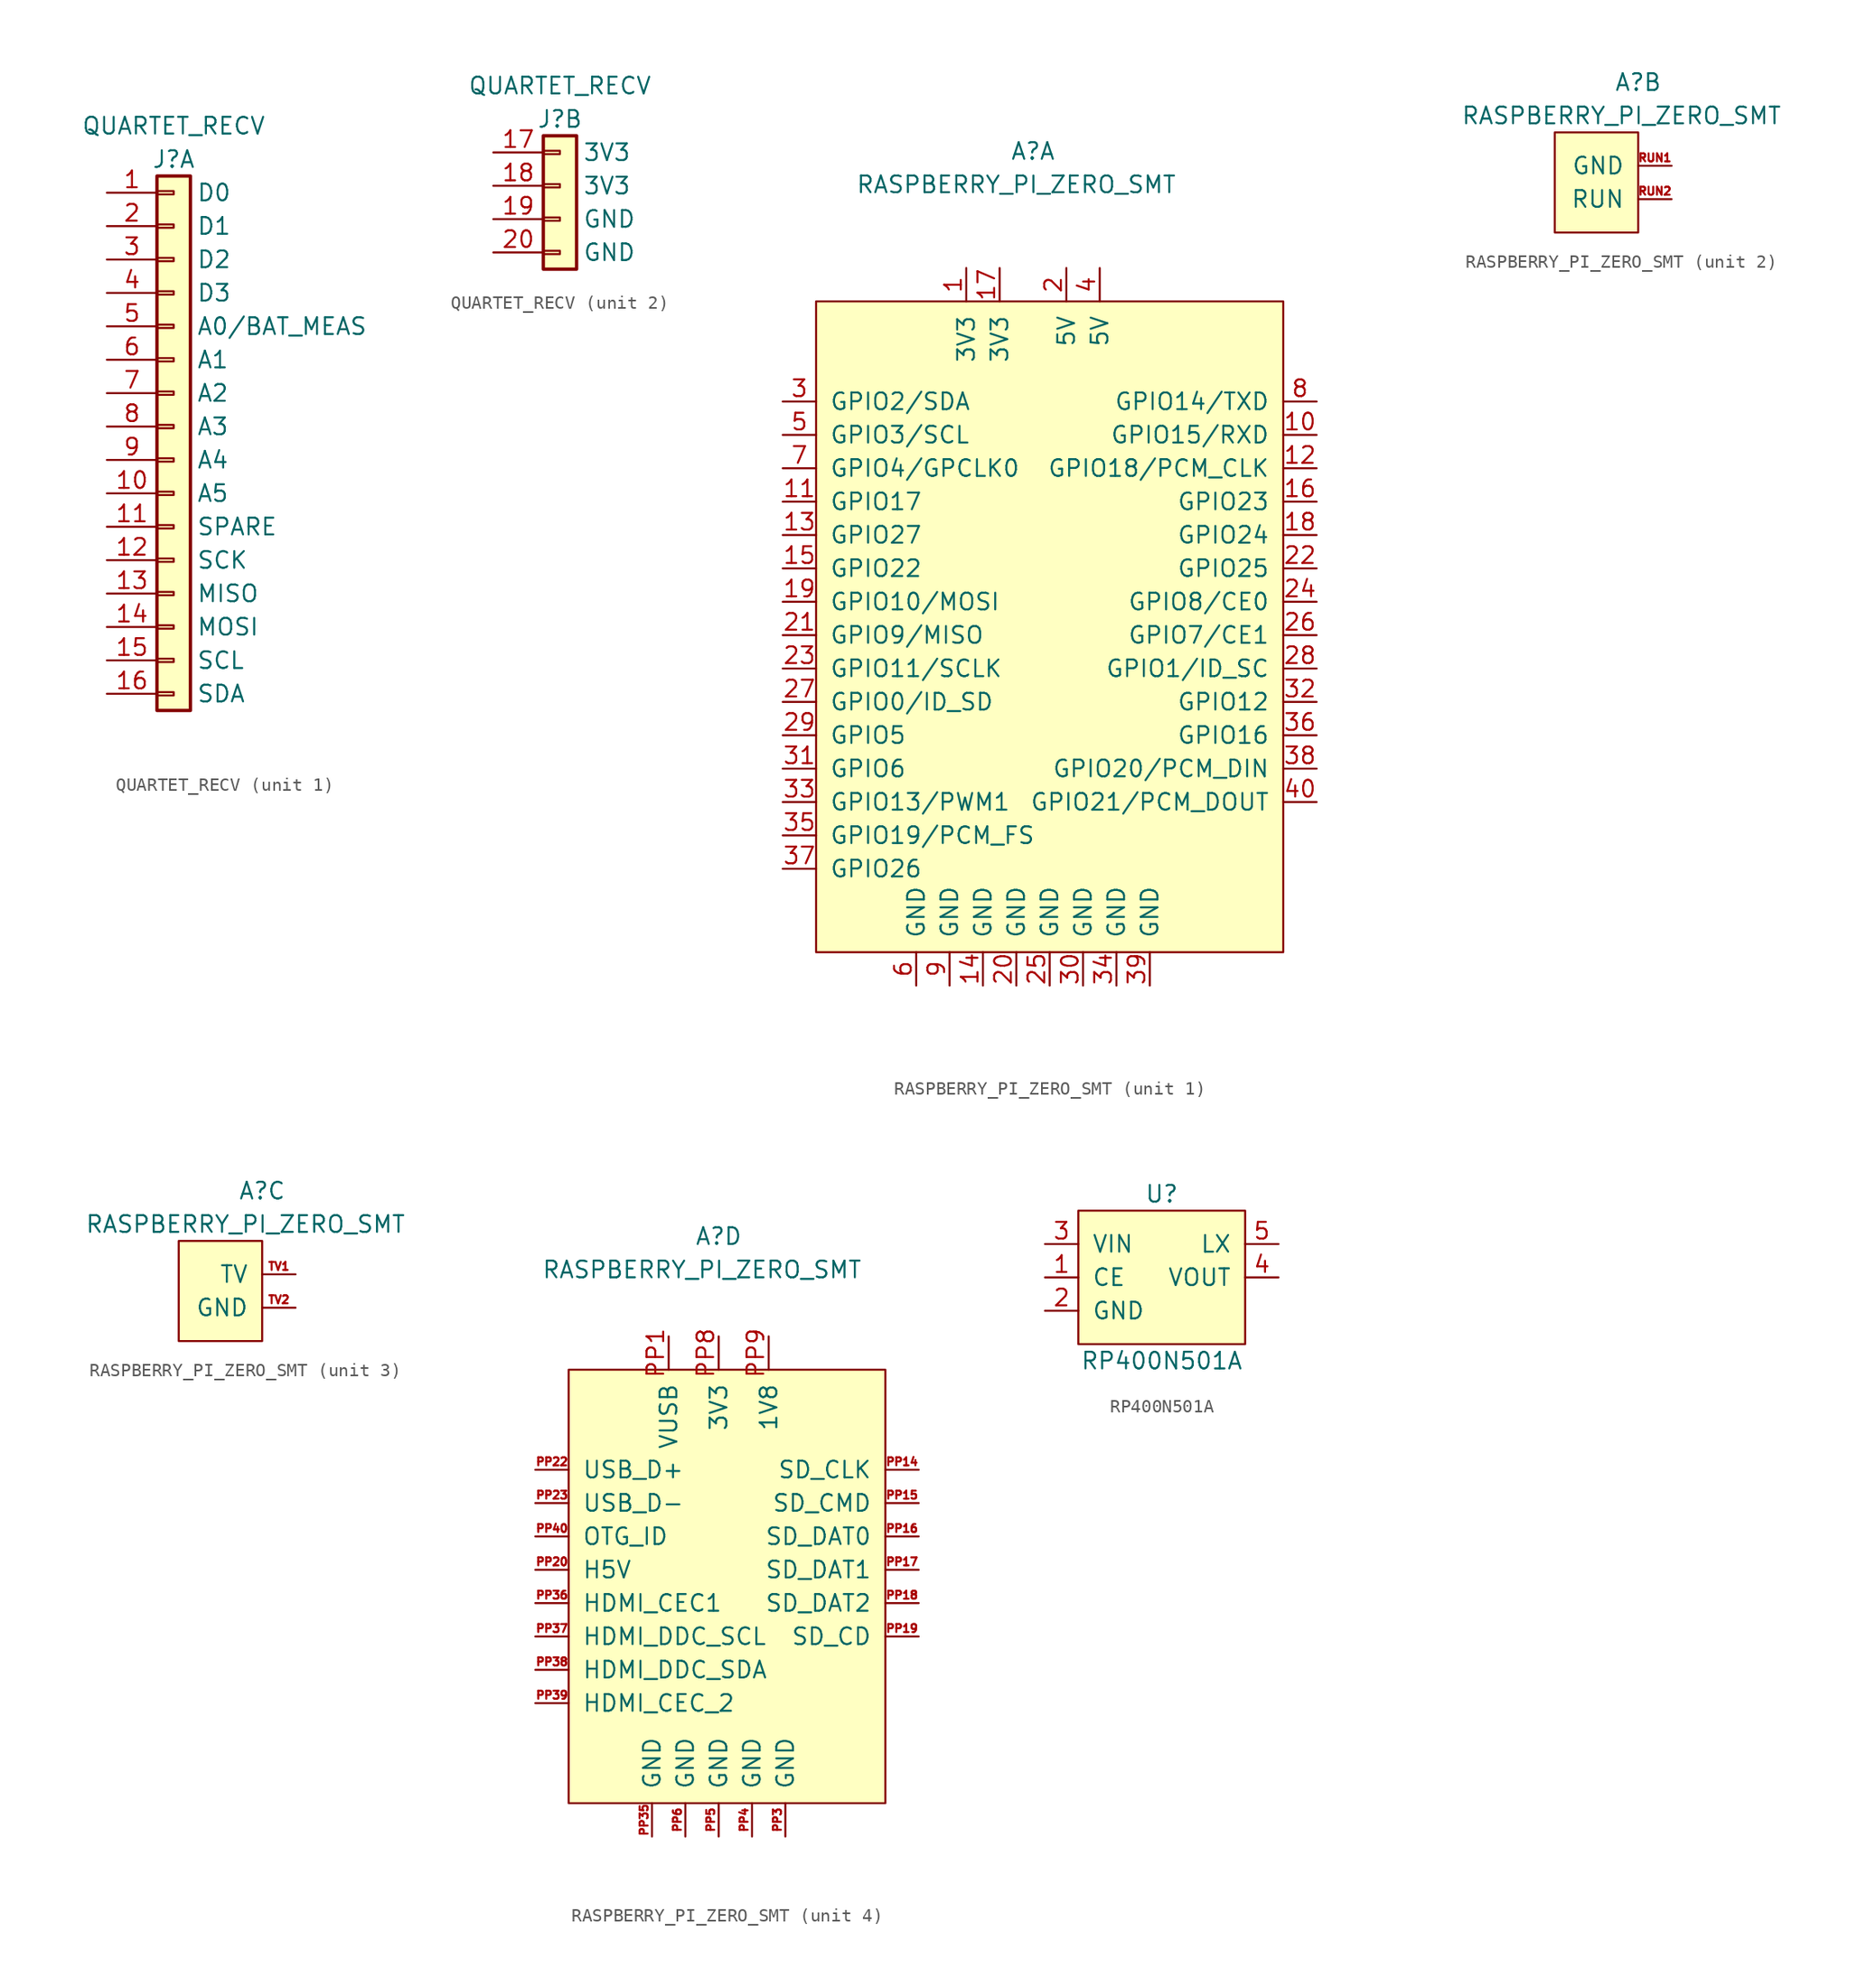
<source format=kicad_sym>
(kicad_symbol_lib
  (version 20211014)
  (generator kicad_symbol_editor)
  (symbol "QUARTET_RECV"
    (pin_names
      (offset 2.997))
    (property "Reference" "J"
      (at 0 1.27 0)
      (effects (font (size 1.27 1.27))))
    (property "Value" "QUARTET_RECV"
      (at 0 3.81 0)
      (effects (font (size 1.27 1.27))))
    (property "ki_locked" ""
      (at 0 0 0)
      (effects (font (size 1.27 1.27))))
    (symbol "QUARTET_RECV_1_1"
      (rectangle (start -1.27 -39.243) (end 0 -39.497) (stroke (width 0.152) (type default) (color 0 0 0 0)) (fill (type none)))
      (rectangle (start -1.27 -36.703) (end 0 -36.957) (stroke (width 0.152) (type default) (color 0 0 0 0)) (fill (type none)))
      (rectangle (start -1.27 -34.163) (end 0 -34.417) (stroke (width 0.152) (type default) (color 0 0 0 0)) (fill (type none)))
      (rectangle (start -1.27 -31.623) (end 0 -31.877) (stroke (width 0.152) (type default) (color 0 0 0 0)) (fill (type none)))
      (rectangle (start -1.27 -29.083) (end 0 -29.337) (stroke (width 0.152) (type default) (color 0 0 0 0)) (fill (type none)))
      (rectangle (start -1.27 -26.543) (end 0 -26.797) (stroke (width 0.152) (type default) (color 0 0 0 0)) (fill (type none)))
      (rectangle (start -1.27 -24.003) (end 0 -24.257) (stroke (width 0.152) (type default) (color 0 0 0 0)) (fill (type none)))
      (rectangle (start -1.27 -21.463) (end 0 -21.717) (stroke (width 0.152) (type default) (color 0 0 0 0)) (fill (type none)))
      (rectangle (start -1.27 -18.923) (end 0 -19.177) (stroke (width 0.152) (type default) (color 0 0 0 0)) (fill (type none)))
      (rectangle (start -1.27 -16.383) (end 0 -16.637) (stroke (width 0.152) (type default) (color 0 0 0 0)) (fill (type none)))
      (rectangle (start -1.27 -13.843) (end 0 -14.097) (stroke (width 0.152) (type default) (color 0 0 0 0)) (fill (type none)))
      (rectangle (start -1.27 -11.303) (end 0 -11.557) (stroke (width 0.152) (type default) (color 0 0 0 0)) (fill (type none)))
      (rectangle (start -1.27 -8.763) (end 0 -9.017) (stroke (width 0.152) (type default) (color 0 0 0 0)) (fill (type none)))
      (rectangle (start -1.27 -6.223) (end 0 -6.477) (stroke (width 0.152) (type default) (color 0 0 0 0)) (fill (type none)))
      (rectangle (start -1.27 -3.683) (end 0 -3.937) (stroke (width 0.152) (type default) (color 0 0 0 0)) (fill (type none)))
      (rectangle (start -1.27 -1.143) (end 0 -1.397) (stroke (width 0.152) (type default) (color 0 0 0 0)) (fill (type none)))
      (rectangle (start -1.27 0) (end 1.27 -40.64) (stroke (width 0.254) (type default) (color 0 0 0 0)) (fill (type background)))
      (pin passive line (at -5.08 -1.27 0) (length 3.81) (name "D0" (effects (font (size 1.27 1.27)))) (number "1" (effects (font (size 1.27 1.27)))))
      (pin passive line (at -5.08 -24.13 0) (length 3.81) (name "A5" (effects (font (size 1.27 1.27)))) (number "10" (effects (font (size 1.27 1.27)))))
      (pin passive line (at -5.08 -26.67 0) (length 3.81) (name "SPARE" (effects (font (size 1.27 1.27)))) (number "11" (effects (font (size 1.27 1.27)))))
      (pin passive line (at -5.08 -29.21 0) (length 3.81) (name "SCK" (effects (font (size 1.27 1.27)))) (number "12" (effects (font (size 1.27 1.27)))))
      (pin passive line (at -5.08 -31.75 0) (length 3.81) (name "MISO" (effects (font (size 1.27 1.27)))) (number "13" (effects (font (size 1.27 1.27)))))
      (pin passive line (at -5.08 -34.29 0) (length 3.81) (name "MOSI" (effects (font (size 1.27 1.27)))) (number "14" (effects (font (size 1.27 1.27)))))
      (pin passive line (at -5.08 -36.83 0) (length 3.81) (name "SCL" (effects (font (size 1.27 1.27)))) (number "15" (effects (font (size 1.27 1.27)))))
      (pin passive line (at -5.08 -39.37 0) (length 3.81) (name "SDA" (effects (font (size 1.27 1.27)))) (number "16" (effects (font (size 1.27 1.27)))))
      (pin passive line (at -5.08 -3.81 0) (length 3.81) (name "D1" (effects (font (size 1.27 1.27)))) (number "2" (effects (font (size 1.27 1.27)))))
      (pin passive line (at -5.08 -6.35 0) (length 3.81) (name "D2" (effects (font (size 1.27 1.27)))) (number "3" (effects (font (size 1.27 1.27)))))
      (pin passive line (at -5.08 -8.89 0) (length 3.81) (name "D3" (effects (font (size 1.27 1.27)))) (number "4" (effects (font (size 1.27 1.27)))))
      (pin passive line (at -5.08 -11.43 0) (length 3.81) (name "A0/BAT_MEAS" (effects (font (size 1.27 1.27)))) (number "5" (effects (font (size 1.27 1.27)))))
      (pin passive line (at -5.08 -13.97 0) (length 3.81) (name "A1" (effects (font (size 1.27 1.27)))) (number "6" (effects (font (size 1.27 1.27)))))
      (pin passive line (at -5.08 -16.51 0) (length 3.81) (name "A2" (effects (font (size 1.27 1.27)))) (number "7" (effects (font (size 1.27 1.27)))))
      (pin passive line (at -5.08 -19.05 0) (length 3.81) (name "A3" (effects (font (size 1.27 1.27)))) (number "8" (effects (font (size 1.27 1.27)))))
      (pin passive line (at -5.08 -21.59 0) (length 3.81) (name "A4" (effects (font (size 1.27 1.27)))) (number "9" (effects (font (size 1.27 1.27))))))
    (symbol "QUARTET_RECV_2_1"
      (rectangle (start -1.27 -8.763) (end 0 -9.017) (stroke (width 0.152) (type default) (color 0 0 0 0)) (fill (type none)))
      (rectangle (start -1.27 -6.223) (end 0 -6.477) (stroke (width 0.152) (type default) (color 0 0 0 0)) (fill (type none)))
      (rectangle (start -1.27 -3.683) (end 0 -3.937) (stroke (width 0.152) (type default) (color 0 0 0 0)) (fill (type none)))
      (rectangle (start -1.27 -1.143) (end 0 -1.397) (stroke (width 0.152) (type default) (color 0 0 0 0)) (fill (type none)))
      (rectangle (start -1.27 0) (end 1.27 -10.16) (stroke (width 0.254) (type default) (color 0 0 0 0)) (fill (type background)))
      (pin passive line (at -5.08 -1.27 0) (length 3.81) (name "3V3" (effects (font (size 1.27 1.27)))) (number "17" (effects (font (size 1.27 1.27)))))
      (pin passive line (at -5.08 -3.81 0) (length 3.81) (name "3V3" (effects (font (size 1.27 1.27)))) (number "18" (effects (font (size 1.27 1.27)))))
      (pin passive line (at -5.08 -6.35 0) (length 3.81) (name "GND" (effects (font (size 1.27 1.27)))) (number "19" (effects (font (size 1.27 1.27)))))
      (pin passive line (at -5.08 -8.89 0) (length 3.81) (name "GND" (effects (font (size 1.27 1.27)))) (number "20" (effects (font (size 1.27 1.27)))))))
  (symbol "RASPBERRY_PI_ZERO_SMT"
    (pin_names
      (offset 1.016))
    (property "Reference" "A"
      (at 0 3.81 0)
      (effects (font (size 1.27 1.27))))
    (property "Value" "RASPBERRY_PI_ZERO_SMT"
      (at -1.27 1.27 0)
      (effects (font (size 1.27 1.27))))
    (property "ki_locked" ""
      (at 0 0 0)
      (effects (font (size 1.27 1.27))))
    (symbol "RASPBERRY_PI_ZERO_SMT_1_1"
      (rectangle (start -16.51 -7.62) (end 19.05 -57.15) (stroke (width 0) (type default) (color 0 0 0 0)) (fill (type background)))
      (pin input line (at -5.08 -5.08 270) (length 2.54) (name "3V3" (effects (font (size 1.27 1.27)))) (number "1" (effects (font (size 1.27 1.27)))))
      (pin input line (at 21.59 -17.78 180) (length 2.54) (name "GPIO15/RXD" (effects (font (size 1.27 1.27)))) (number "10" (effects (font (size 1.27 1.27)))))
      (pin input line (at -19.05 -22.86 0) (length 2.54) (name "GPIO17" (effects (font (size 1.27 1.27)))) (number "11" (effects (font (size 1.27 1.27)))))
      (pin input line (at 21.59 -20.32 180) (length 2.54) (name "GPIO18/PCM_CLK" (effects (font (size 1.27 1.27)))) (number "12" (effects (font (size 1.27 1.27)))))
      (pin input line (at -19.05 -25.4 0) (length 2.54) (name "GPIO27" (effects (font (size 1.27 1.27)))) (number "13" (effects (font (size 1.27 1.27)))))
      (pin input line (at -3.81 -59.69 90) (length 2.54) (name "GND" (effects (font (size 1.27 1.27)))) (number "14" (effects (font (size 1.27 1.27)))))
      (pin input line (at -19.05 -27.94 0) (length 2.54) (name "GPIO22" (effects (font (size 1.27 1.27)))) (number "15" (effects (font (size 1.27 1.27)))))
      (pin input line (at 21.59 -22.86 180) (length 2.54) (name "GPIO23" (effects (font (size 1.27 1.27)))) (number "16" (effects (font (size 1.27 1.27)))))
      (pin input line (at -2.54 -5.08 270) (length 2.54) (name "3V3" (effects (font (size 1.27 1.27)))) (number "17" (effects (font (size 1.27 1.27)))))
      (pin input line (at 21.59 -25.4 180) (length 2.54) (name "GPIO24" (effects (font (size 1.27 1.27)))) (number "18" (effects (font (size 1.27 1.27)))))
      (pin input line (at -19.05 -30.48 0) (length 2.54) (name "GPIO10/MOSI" (effects (font (size 1.27 1.27)))) (number "19" (effects (font (size 1.27 1.27)))))
      (pin input line (at 2.54 -5.08 270) (length 2.54) (name "5V" (effects (font (size 1.27 1.27)))) (number "2" (effects (font (size 1.27 1.27)))))
      (pin input line (at -1.27 -59.69 90) (length 2.54) (name "GND" (effects (font (size 1.27 1.27)))) (number "20" (effects (font (size 1.27 1.27)))))
      (pin input line (at -19.05 -33.02 0) (length 2.54) (name "GPIO9/MISO" (effects (font (size 1.27 1.27)))) (number "21" (effects (font (size 1.27 1.27)))))
      (pin input line (at 21.59 -27.94 180) (length 2.54) (name "GPIO25" (effects (font (size 1.27 1.27)))) (number "22" (effects (font (size 1.27 1.27)))))
      (pin input line (at -19.05 -35.56 0) (length 2.54) (name "GPIO11/SCLK" (effects (font (size 1.27 1.27)))) (number "23" (effects (font (size 1.27 1.27)))))
      (pin input line (at 21.59 -30.48 180) (length 2.54) (name "GPIO8/CE0" (effects (font (size 1.27 1.27)))) (number "24" (effects (font (size 1.27 1.27)))))
      (pin input line (at 1.27 -59.69 90) (length 2.54) (name "GND" (effects (font (size 1.27 1.27)))) (number "25" (effects (font (size 1.27 1.27)))))
      (pin input line (at 21.59 -33.02 180) (length 2.54) (name "GPIO7/CE1" (effects (font (size 1.27 1.27)))) (number "26" (effects (font (size 1.27 1.27)))))
      (pin input line (at -19.05 -38.1 0) (length 2.54) (name "GPIO0/ID_SD" (effects (font (size 1.27 1.27)))) (number "27" (effects (font (size 1.27 1.27)))))
      (pin input line (at 21.59 -35.56 180) (length 2.54) (name "GPIO1/ID_SC" (effects (font (size 1.27 1.27)))) (number "28" (effects (font (size 1.27 1.27)))))
      (pin input line (at -19.05 -40.64 0) (length 2.54) (name "GPIO5" (effects (font (size 1.27 1.27)))) (number "29" (effects (font (size 1.27 1.27)))))
      (pin input line (at -19.05 -15.24 0) (length 2.54) (name "GPIO2/SDA" (effects (font (size 1.27 1.27)))) (number "3" (effects (font (size 1.27 1.27)))))
      (pin input line (at 3.81 -59.69 90) (length 2.54) (name "GND" (effects (font (size 1.27 1.27)))) (number "30" (effects (font (size 1.27 1.27)))))
      (pin input line (at -19.05 -43.18 0) (length 2.54) (name "GPIO6" (effects (font (size 1.27 1.27)))) (number "31" (effects (font (size 1.27 1.27)))))
      (pin input line (at 21.59 -38.1 180) (length 2.54) (name "GPIO12" (effects (font (size 1.27 1.27)))) (number "32" (effects (font (size 1.27 1.27)))))
      (pin input line (at -19.05 -45.72 0) (length 2.54) (name "GPIO13/PWM1" (effects (font (size 1.27 1.27)))) (number "33" (effects (font (size 1.27 1.27)))))
      (pin input line (at 6.35 -59.69 90) (length 2.54) (name "GND" (effects (font (size 1.27 1.27)))) (number "34" (effects (font (size 1.27 1.27)))))
      (pin input line (at -19.05 -48.26 0) (length 2.54) (name "GPIO19/PCM_FS" (effects (font (size 1.27 1.27)))) (number "35" (effects (font (size 1.27 1.27)))))
      (pin input line (at 21.59 -40.64 180) (length 2.54) (name "GPIO16" (effects (font (size 1.27 1.27)))) (number "36" (effects (font (size 1.27 1.27)))))
      (pin input line (at -19.05 -50.8 0) (length 2.54) (name "GPIO26" (effects (font (size 1.27 1.27)))) (number "37" (effects (font (size 1.27 1.27)))))
      (pin input line (at 21.59 -43.18 180) (length 2.54) (name "GPIO20/PCM_DIN" (effects (font (size 1.27 1.27)))) (number "38" (effects (font (size 1.27 1.27)))))
      (pin input line (at 8.89 -59.69 90) (length 2.54) (name "GND" (effects (font (size 1.27 1.27)))) (number "39" (effects (font (size 1.27 1.27)))))
      (pin input line (at 5.08 -5.08 270) (length 2.54) (name "5V" (effects (font (size 1.27 1.27)))) (number "4" (effects (font (size 1.27 1.27)))))
      (pin input line (at 21.59 -45.72 180) (length 2.54) (name "GPIO21/PCM_DOUT" (effects (font (size 1.27 1.27)))) (number "40" (effects (font (size 1.27 1.27)))))
      (pin input line (at -19.05 -17.78 0) (length 2.54) (name "GPIO3/SCL" (effects (font (size 1.27 1.27)))) (number "5" (effects (font (size 1.27 1.27)))))
      (pin input line (at -8.89 -59.69 90) (length 2.54) (name "GND" (effects (font (size 1.27 1.27)))) (number "6" (effects (font (size 1.27 1.27)))))
      (pin input line (at -19.05 -20.32 0) (length 2.54) (name "GPIO4/GPCLK0" (effects (font (size 1.27 1.27)))) (number "7" (effects (font (size 1.27 1.27)))))
      (pin input line (at 21.59 -15.24 180) (length 2.54) (name "GPIO14/TXD" (effects (font (size 1.27 1.27)))) (number "8" (effects (font (size 1.27 1.27)))))
      (pin input line (at -6.35 -59.69 90) (length 2.54) (name "GND" (effects (font (size 1.27 1.27)))) (number "9" (effects (font (size 1.27 1.27))))))
    (symbol "RASPBERRY_PI_ZERO_SMT_2_1"
      (rectangle (start 0 0) (end -6.35 -7.62) (stroke (width 0) (type default) (color 0 0 0 0)) (fill (type background)))
      (pin input line (at 2.54 -2.54 180) (length 2.54) (name "GND" (effects (font (size 1.27 1.27)))) (number "RUN1" (effects (font (size 0.61 0.61)))))
      (pin input line (at 2.54 -5.08 180) (length 2.54) (name "RUN" (effects (font (size 1.27 1.27)))) (number "RUN2" (effects (font (size 0.61 0.61))))))
    (symbol "RASPBERRY_PI_ZERO_SMT_3_1"
      (rectangle (start 0 0) (end -6.35 -7.62) (stroke (width 0) (type default) (color 0 0 0 0)) (fill (type background)))
      (pin input line (at 2.54 -2.54 180) (length 2.54) (name "TV" (effects (font (size 1.27 1.27)))) (number "TV1" (effects (font (size 0.61 0.61)))))
      (pin input line (at 2.54 -5.08 180) (length 2.54) (name "GND" (effects (font (size 1.27 1.27)))) (number "TV2" (effects (font (size 0.61 0.61))))))
    (symbol "RASPBERRY_PI_ZERO_SMT_4_1"
      (rectangle (start -11.43 -6.35) (end 12.7 -39.37) (stroke (width 0) (type default) (color 0 0 0 0)) (fill (type background)))
      (pin input line (at -3.81 -3.81 270) (length 2.54) (name "VUSB" (effects (font (size 1.27 1.27)))) (number "PP1" (effects (font (size 1.27 1.27)))))
      (pin input line (at 15.24 -13.97 180) (length 2.54) (name "SD_CLK" (effects (font (size 1.27 1.27)))) (number "PP14" (effects (font (size 0.61 0.61)))))
      (pin input line (at 15.24 -16.51 180) (length 2.54) (name "SD_CMD" (effects (font (size 1.27 1.27)))) (number "PP15" (effects (font (size 0.61 0.61)))))
      (pin input line (at 15.24 -19.05 180) (length 2.54) (name "SD_DAT0" (effects (font (size 1.27 1.27)))) (number "PP16" (effects (font (size 0.61 0.61)))))
      (pin input line (at 15.24 -21.59 180) (length 2.54) (name "SD_DAT1" (effects (font (size 1.27 1.27)))) (number "PP17" (effects (font (size 0.61 0.61)))))
      (pin input line (at 15.24 -24.13 180) (length 2.54) (name "SD_DAT2" (effects (font (size 1.27 1.27)))) (number "PP18" (effects (font (size 0.61 0.61)))))
      (pin input line (at 15.24 -26.67 180) (length 2.54) (name "SD_CD" (effects (font (size 1.27 1.27)))) (number "PP19" (effects (font (size 0.61 0.61)))))
      (pin input line (at -13.97 -21.59 0) (length 2.54) (name "H5V" (effects (font (size 1.27 1.27)))) (number "PP20" (effects (font (size 0.61 0.61)))))
      (pin input line (at -13.97 -13.97 0) (length 2.54) (name "USB_D+" (effects (font (size 1.27 1.27)))) (number "PP22" (effects (font (size 0.61 0.61)))))
      (pin input line (at -13.97 -16.51 0) (length 2.54) (name "USB_D-" (effects (font (size 1.27 1.27)))) (number "PP23" (effects (font (size 0.61 0.61)))))
      (pin input line (at 5.08 -41.91 90) (length 2.54) (name "GND" (effects (font (size 1.27 1.27)))) (number "PP3" (effects (font (size 0.61 0.61)))))
      (pin input line (at -5.08 -41.91 90) (length 2.54) (name "GND" (effects (font (size 1.27 1.27)))) (number "PP35" (effects (font (size 0.61 0.61)))))
      (pin input line (at -13.97 -24.13 0) (length 2.54) (name "HDMI_CEC1" (effects (font (size 1.27 1.27)))) (number "PP36" (effects (font (size 0.61 0.61)))))
      (pin input line (at -13.97 -26.67 0) (length 2.54) (name "HDMI_DDC_SCL" (effects (font (size 1.27 1.27)))) (number "PP37" (effects (font (size 0.61 0.61)))))
      (pin input line (at -13.97 -29.21 0) (length 2.54) (name "HDMI_DDC_SDA" (effects (font (size 1.27 1.27)))) (number "PP38" (effects (font (size 0.61 0.61)))))
      (pin input line (at -13.97 -31.75 0) (length 2.54) (name "HDMI_CEC_2" (effects (font (size 1.27 1.27)))) (number "PP39" (effects (font (size 0.61 0.61)))))
      (pin input line (at 2.54 -41.91 90) (length 2.54) (name "GND" (effects (font (size 1.27 1.27)))) (number "PP4" (effects (font (size 0.61 0.61)))))
      (pin input line (at -13.97 -19.05 0) (length 2.54) (name "OTG_ID" (effects (font (size 1.27 1.27)))) (number "PP40" (effects (font (size 0.61 0.61)))))
      (pin input line (at 0 -41.91 90) (length 2.54) (name "GND" (effects (font (size 1.27 1.27)))) (number "PP5" (effects (font (size 0.61 0.61)))))
      (pin input line (at -2.54 -41.91 90) (length 2.54) (name "GND" (effects (font (size 1.27 1.27)))) (number "PP6" (effects (font (size 0.61 0.61)))))
      (pin input line (at 0 -3.81 270) (length 2.54) (name "3V3" (effects (font (size 1.27 1.27)))) (number "PP8" (effects (font (size 1.27 1.27)))))
      (pin input line (at 3.81 -3.81 270) (length 2.54) (name "1V8" (effects (font (size 1.27 1.27)))) (number "PP9" (effects (font (size 1.27 1.27)))))))
  (symbol "RP400N501A"
    (pin_names
      (offset 1.016))
    (property "Reference" "U"
      (at 0 1.27 0)
      (effects (font (size 1.27 1.27))))
    (property "Value" "RP400N501A"
      (at 0 -11.43 0)
      (effects (font (size 1.27 1.27))))
    (symbol "RP400N501A_0_1"
      (rectangle (start -6.35 -10.16) (end 6.35 0) (stroke (width 0) (type default) (color 0 0 0 0)) (fill (type background))))
    (symbol "RP400N501A_1_1"
      (pin input line (at -8.89 -5.08 0) (length 2.54) (name "CE" (effects (font (size 1.27 1.27)))) (number "1" (effects (font (size 1.27 1.27)))))
      (pin input line (at -8.89 -7.62 0) (length 2.54) (name "GND" (effects (font (size 1.27 1.27)))) (number "2" (effects (font (size 1.27 1.27)))))
      (pin input line (at -8.89 -2.54 0) (length 2.54) (name "VIN" (effects (font (size 1.27 1.27)))) (number "3" (effects (font (size 1.27 1.27)))))
      (pin input line (at 8.89 -5.08 180) (length 2.54) (name "VOUT" (effects (font (size 1.27 1.27)))) (number "4" (effects (font (size 1.27 1.27)))))
      (pin input line (at 8.89 -2.54 180) (length 2.54) (name "LX" (effects (font (size 1.27 1.27)))) (number "5" (effects (font (size 1.27 1.27))))))))
</source>
